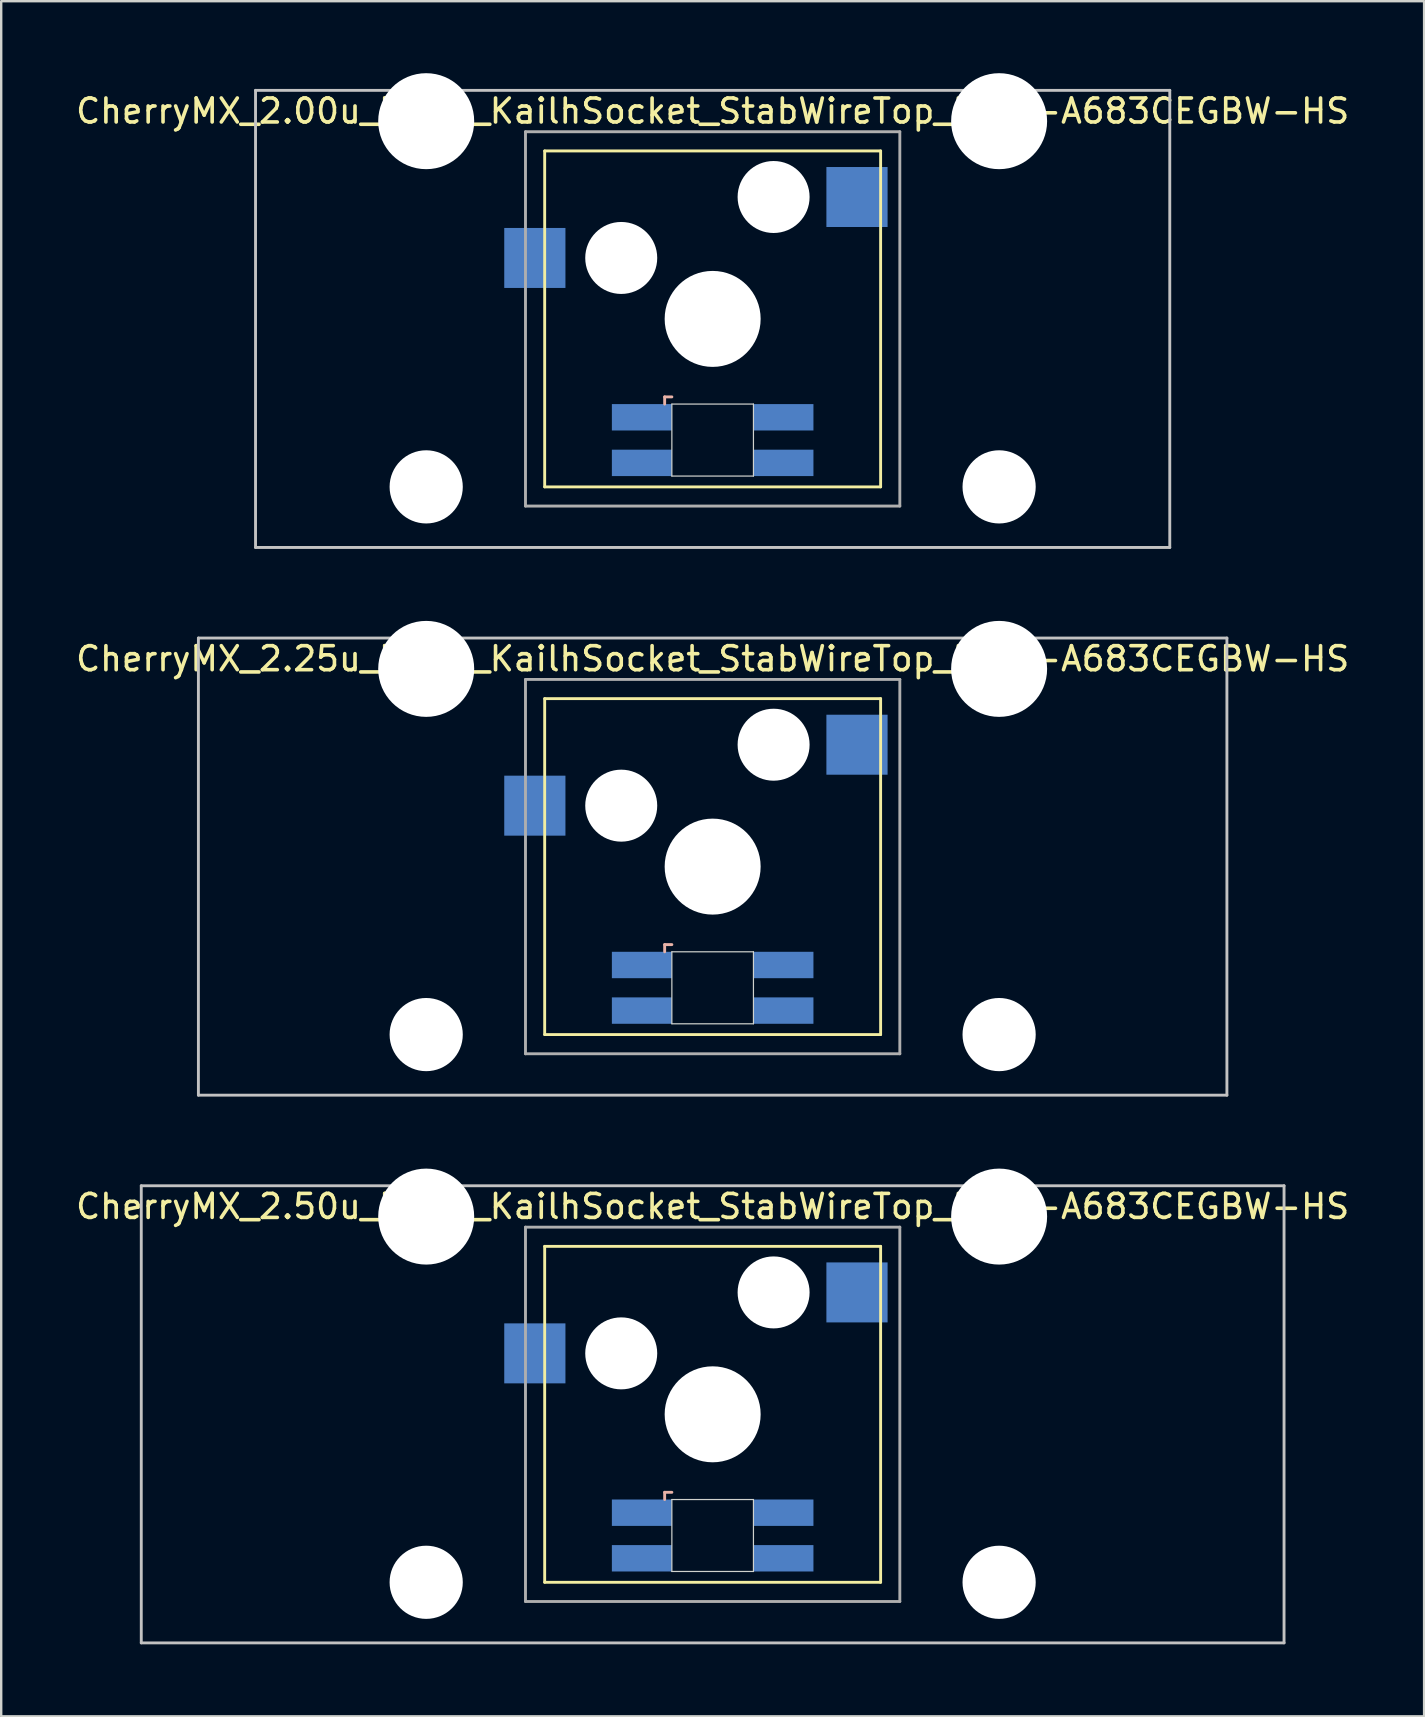
<source format=kicad_pcb>
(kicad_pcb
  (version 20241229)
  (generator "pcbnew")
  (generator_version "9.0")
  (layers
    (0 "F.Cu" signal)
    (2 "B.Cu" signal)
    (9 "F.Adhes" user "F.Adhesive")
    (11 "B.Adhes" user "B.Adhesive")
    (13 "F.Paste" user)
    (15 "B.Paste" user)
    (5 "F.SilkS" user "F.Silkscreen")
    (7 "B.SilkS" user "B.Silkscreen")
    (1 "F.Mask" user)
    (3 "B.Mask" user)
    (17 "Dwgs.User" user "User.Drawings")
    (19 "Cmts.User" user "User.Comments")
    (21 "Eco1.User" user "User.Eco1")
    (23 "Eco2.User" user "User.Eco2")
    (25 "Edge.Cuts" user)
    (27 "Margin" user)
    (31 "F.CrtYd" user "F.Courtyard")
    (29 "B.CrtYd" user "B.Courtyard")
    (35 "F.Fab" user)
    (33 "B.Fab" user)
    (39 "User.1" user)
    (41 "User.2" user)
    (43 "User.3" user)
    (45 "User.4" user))
  (footprint "CherryMX_2.00u_Plate_KailhSocket_StabWireTop_LTST-A683CEGBW-HS"
    (layer "F.Cu")
    (at 26.649 10.24)
    (property "Reference" "CherryMX_2.00u_Plate_KailhSocket_StabWireTop_LTST-A683CEGBW-HS" (at 0 -8.662 0) (layer "F.SilkS") (effects (font (size 1 1) (thickness 0.15))))
    (attr through_hole)
    (fp_line (start -7 -7) (end -7 7) (stroke (width 0.12) (type solid)) (layer "F.SilkS"))
    (fp_line (start -7 -7) (end 7 -7) (stroke (width 0.12) (type solid)) (layer "F.SilkS"))
    (fp_line (start 7 -7) (end 7 7) (stroke (width 0.12) (type solid)) (layer "F.SilkS"))
    (fp_line (start 7 7) (end -7 7) (stroke (width 0.12) (type solid)) (layer "F.SilkS"))
    (fp_line (start -2 3.25) (end -2 3.55) (stroke (width 0.12) (type solid)) (layer "B.SilkS"))
    (fp_line (start -1.7 3.25) (end -2 3.25) (stroke (width 0.12) (type solid)) (layer "B.SilkS"))
    (fp_line (start -19.05 -9.525) (end 19.05 -9.525) (stroke (width 0.12) (type solid)) (layer "Dwgs.User"))
    (fp_line (start -19.05 9.525) (end -19.05 -9.525) (stroke (width 0.12) (type solid)) (layer "Dwgs.User"))
    (fp_line (start 19.05 -9.525) (end 19.05 9.525) (stroke (width 0.12) (type solid)) (layer "Dwgs.User"))
    (fp_line (start 19.05 9.525) (end -19.05 9.525) (stroke (width 0.12) (type solid)) (layer "Dwgs.User"))
    (fp_line (start -1.7 3.55) (end 1.7 3.55) (stroke (width 0.05) (type solid)) (layer "Edge.Cuts"))
    (fp_line (start -1.7 6.55) (end -1.7 3.55) (stroke (width 0.05) (type solid)) (layer "Edge.Cuts"))
    (fp_line (start 1.7 3.55) (end 1.7 6.55) (stroke (width 0.05) (type solid)) (layer "Edge.Cuts"))
    (fp_line (start 1.7 6.55) (end -1.7 6.55) (stroke (width 0.05) (type solid)) (layer "Edge.Cuts"))
    (fp_line (start -7.8 -7.8) (end -7.8 7.8) (stroke (width 0.12) (type solid)) (layer "F.Fab"))
    (fp_line (start -7.8 -7.8) (end 7.8 -7.8) (stroke (width 0.12) (type solid)) (layer "F.Fab"))
    (fp_line (start -7.8 7.8) (end 7.8 7.8) (stroke (width 0.12) (type solid)) (layer "F.Fab"))
    (fp_line (start 7.8 -7.8) (end 7.8 7.8) (stroke (width 0.12) (type solid)) (layer "F.Fab"))
    (pad "" np_thru_hole circle (at -11.938 -8.24) (size 4 4) (drill 4) (layers "*.Cu" "*.Mask"))
    (pad "" np_thru_hole circle (at -11.938 7) (size 3.05 3.05) (drill 3.05) (layers "*.Cu" "*.Mask"))
    (pad "" np_thru_hole circle (at -3.81 -2.54) (size 3 3) (drill 3) (layers "*.Cu" "*.Mask"))
    (pad "" np_thru_hole circle (at 0 0) (size 4 4) (drill 4) (layers "*.Cu" "*.Mask"))
    (pad "" np_thru_hole circle (at 2.54 -5.08) (size 3 3) (drill 3) (layers "*.Cu" "*.Mask"))
    (pad "" np_thru_hole circle (at 11.938 -8.24) (size 4 4) (drill 4) (layers "*.Cu" "*.Mask"))
    (pad "" np_thru_hole circle (at 11.938 7) (size 3.05 3.05) (drill 3.05) (layers "*.Cu" "*.Mask"))
    (pad "1" smd rect (at -7.41 -2.54) (size 2.55 2.5) (layers "B.Cu" "B.Mask" "B.Paste"))
    (pad "2" smd rect (at 6.015 -5.08) (size 2.55 2.5) (layers "B.Cu" "B.Mask" "B.Paste"))
    (pad "3" smd rect (at -2.95 4.1) (size 2.5 1.1) (layers "B.Cu" "B.Mask" "B.Paste"))
    (pad "4" smd rect (at -2.95 6) (size 2.5 1.1) (layers "B.Cu" "B.Mask" "B.Paste"))
    (pad "5" smd rect (at 2.95 4.1) (size 2.5 1.1) (layers "B.Cu" "B.Mask" "B.Paste"))
    (pad "6" smd rect (at 2.95 6) (size 2.5 1.1) (layers "B.Cu" "B.Mask" "B.Paste")))
  (footprint "CherryMX_2.50u_Plate_KailhSocket_StabWireTop_LTST-A683CEGBW-HS"
    (layer "F.Cu")
    (at 26.649 55.89)
    (property "Reference" "CherryMX_2.50u_Plate_KailhSocket_StabWireTop_LTST-A683CEGBW-HS" (at 0 -8.662 0) (layer "F.SilkS") (effects (font (size 1 1) (thickness 0.15))))
    (attr through_hole)
    (fp_line (start -7 -7) (end -7 7) (stroke (width 0.12) (type solid)) (layer "F.SilkS"))
    (fp_line (start -7 -7) (end 7 -7) (stroke (width 0.12) (type solid)) (layer "F.SilkS"))
    (fp_line (start 7 -7) (end 7 7) (stroke (width 0.12) (type solid)) (layer "F.SilkS"))
    (fp_line (start 7 7) (end -7 7) (stroke (width 0.12) (type solid)) (layer "F.SilkS"))
    (fp_line (start -2 3.25) (end -2 3.55) (stroke (width 0.12) (type solid)) (layer "B.SilkS"))
    (fp_line (start -1.7 3.25) (end -2 3.25) (stroke (width 0.12) (type solid)) (layer "B.SilkS"))
    (fp_line (start -23.812 -9.525) (end 23.812 -9.525) (stroke (width 0.12) (type solid)) (layer "Dwgs.User"))
    (fp_line (start -23.812 9.525) (end -23.812 -9.525) (stroke (width 0.12) (type solid)) (layer "Dwgs.User"))
    (fp_line (start 23.812 -9.525) (end 23.812 9.525) (stroke (width 0.12) (type solid)) (layer "Dwgs.User"))
    (fp_line (start 23.812 9.525) (end -23.812 9.525) (stroke (width 0.12) (type solid)) (layer "Dwgs.User"))
    (fp_line (start -1.7 3.55) (end 1.7 3.55) (stroke (width 0.05) (type solid)) (layer "Edge.Cuts"))
    (fp_line (start -1.7 6.55) (end -1.7 3.55) (stroke (width 0.05) (type solid)) (layer "Edge.Cuts"))
    (fp_line (start 1.7 3.55) (end 1.7 6.55) (stroke (width 0.05) (type solid)) (layer "Edge.Cuts"))
    (fp_line (start 1.7 6.55) (end -1.7 6.55) (stroke (width 0.05) (type solid)) (layer "Edge.Cuts"))
    (fp_line (start -7.8 -7.8) (end -7.8 7.8) (stroke (width 0.12) (type solid)) (layer "F.Fab"))
    (fp_line (start -7.8 -7.8) (end 7.8 -7.8) (stroke (width 0.12) (type solid)) (layer "F.Fab"))
    (fp_line (start -7.8 7.8) (end 7.8 7.8) (stroke (width 0.12) (type solid)) (layer "F.Fab"))
    (fp_line (start 7.8 -7.8) (end 7.8 7.8) (stroke (width 0.12) (type solid)) (layer "F.Fab"))
    (pad "" np_thru_hole circle (at -11.938 -8.24) (size 4 4) (drill 4) (layers "*.Cu" "*.Mask"))
    (pad "" np_thru_hole circle (at -11.938 7) (size 3.05 3.05) (drill 3.05) (layers "*.Cu" "*.Mask"))
    (pad "" np_thru_hole circle (at -3.81 -2.54) (size 3 3) (drill 3) (layers "*.Cu" "*.Mask"))
    (pad "" np_thru_hole circle (at 0 0) (size 4 4) (drill 4) (layers "*.Cu" "*.Mask"))
    (pad "" np_thru_hole circle (at 2.54 -5.08) (size 3 3) (drill 3) (layers "*.Cu" "*.Mask"))
    (pad "" np_thru_hole circle (at 11.938 -8.24) (size 4 4) (drill 4) (layers "*.Cu" "*.Mask"))
    (pad "" np_thru_hole circle (at 11.938 7) (size 3.05 3.05) (drill 3.05) (layers "*.Cu" "*.Mask"))
    (pad "1" smd rect (at -7.41 -2.54) (size 2.55 2.5) (layers "B.Cu" "B.Mask" "B.Paste"))
    (pad "2" smd rect (at 6.015 -5.08) (size 2.55 2.5) (layers "B.Cu" "B.Mask" "B.Paste"))
    (pad "3" smd rect (at -2.95 4.1) (size 2.5 1.1) (layers "B.Cu" "B.Mask" "B.Paste"))
    (pad "4" smd rect (at -2.95 6) (size 2.5 1.1) (layers "B.Cu" "B.Mask" "B.Paste"))
    (pad "5" smd rect (at 2.95 4.1) (size 2.5 1.1) (layers "B.Cu" "B.Mask" "B.Paste"))
    (pad "6" smd rect (at 2.95 6) (size 2.5 1.1) (layers "B.Cu" "B.Mask" "B.Paste")))
  (footprint "CherryMX_2.25u_Plate_KailhSocket_StabWireTop_LTST-A683CEGBW-HS"
    (layer "F.Cu")
    (at 26.649 33.065)
    (property "Reference" "CherryMX_2.25u_Plate_KailhSocket_StabWireTop_LTST-A683CEGBW-HS" (at 0 -8.662 0) (layer "F.SilkS") (effects (font (size 1 1) (thickness 0.15))))
    (attr through_hole)
    (fp_line (start -7 -7) (end -7 7) (stroke (width 0.12) (type solid)) (layer "F.SilkS"))
    (fp_line (start -7 -7) (end 7 -7) (stroke (width 0.12) (type solid)) (layer "F.SilkS"))
    (fp_line (start 7 -7) (end 7 7) (stroke (width 0.12) (type solid)) (layer "F.SilkS"))
    (fp_line (start 7 7) (end -7 7) (stroke (width 0.12) (type solid)) (layer "F.SilkS"))
    (fp_line (start -2 3.25) (end -2 3.55) (stroke (width 0.12) (type solid)) (layer "B.SilkS"))
    (fp_line (start -1.7 3.25) (end -2 3.25) (stroke (width 0.12) (type solid)) (layer "B.SilkS"))
    (fp_line (start -21.431 -9.525) (end 21.431 -9.525) (stroke (width 0.12) (type solid)) (layer "Dwgs.User"))
    (fp_line (start -21.431 9.525) (end -21.431 -9.525) (stroke (width 0.12) (type solid)) (layer "Dwgs.User"))
    (fp_line (start 21.431 -9.525) (end 21.431 9.525) (stroke (width 0.12) (type solid)) (layer "Dwgs.User"))
    (fp_line (start 21.431 9.525) (end -21.431 9.525) (stroke (width 0.12) (type solid)) (layer "Dwgs.User"))
    (fp_line (start -1.7 3.55) (end 1.7 3.55) (stroke (width 0.05) (type solid)) (layer "Edge.Cuts"))
    (fp_line (start -1.7 6.55) (end -1.7 3.55) (stroke (width 0.05) (type solid)) (layer "Edge.Cuts"))
    (fp_line (start 1.7 3.55) (end 1.7 6.55) (stroke (width 0.05) (type solid)) (layer "Edge.Cuts"))
    (fp_line (start 1.7 6.55) (end -1.7 6.55) (stroke (width 0.05) (type solid)) (layer "Edge.Cuts"))
    (fp_line (start -7.8 -7.8) (end -7.8 7.8) (stroke (width 0.12) (type solid)) (layer "F.Fab"))
    (fp_line (start -7.8 -7.8) (end 7.8 -7.8) (stroke (width 0.12) (type solid)) (layer "F.Fab"))
    (fp_line (start -7.8 7.8) (end 7.8 7.8) (stroke (width 0.12) (type solid)) (layer "F.Fab"))
    (fp_line (start 7.8 -7.8) (end 7.8 7.8) (stroke (width 0.12) (type solid)) (layer "F.Fab"))
    (pad "" np_thru_hole circle (at -11.938 -8.24) (size 4 4) (drill 4) (layers "*.Cu" "*.Mask"))
    (pad "" np_thru_hole circle (at -11.938 7) (size 3.05 3.05) (drill 3.05) (layers "*.Cu" "*.Mask"))
    (pad "" np_thru_hole circle (at -3.81 -2.54) (size 3 3) (drill 3) (layers "*.Cu" "*.Mask"))
    (pad "" np_thru_hole circle (at 0 0) (size 4 4) (drill 4) (layers "*.Cu" "*.Mask"))
    (pad "" np_thru_hole circle (at 2.54 -5.08) (size 3 3) (drill 3) (layers "*.Cu" "*.Mask"))
    (pad "" np_thru_hole circle (at 11.938 -8.24) (size 4 4) (drill 4) (layers "*.Cu" "*.Mask"))
    (pad "" np_thru_hole circle (at 11.938 7) (size 3.05 3.05) (drill 3.05) (layers "*.Cu" "*.Mask"))
    (pad "1" smd rect (at -7.41 -2.54) (size 2.55 2.5) (layers "B.Cu" "B.Mask" "B.Paste"))
    (pad "2" smd rect (at 6.015 -5.08) (size 2.55 2.5) (layers "B.Cu" "B.Mask" "B.Paste"))
    (pad "3" smd rect (at -2.95 4.1) (size 2.5 1.1) (layers "B.Cu" "B.Mask" "B.Paste"))
    (pad "4" smd rect (at -2.95 6) (size 2.5 1.1) (layers "B.Cu" "B.Mask" "B.Paste"))
    (pad "5" smd rect (at 2.95 4.1) (size 2.5 1.1) (layers "B.Cu" "B.Mask" "B.Paste"))
    (pad "6" smd rect (at 2.95 6) (size 2.5 1.1) (layers "B.Cu" "B.Mask" "B.Paste")))
  (gr_rect
    (start -3 -3)
    (end 56.298 68.475)
    (stroke (width 0.1) (type default))
    (fill no)
    (layer "Edge.Cuts")))
</source>
